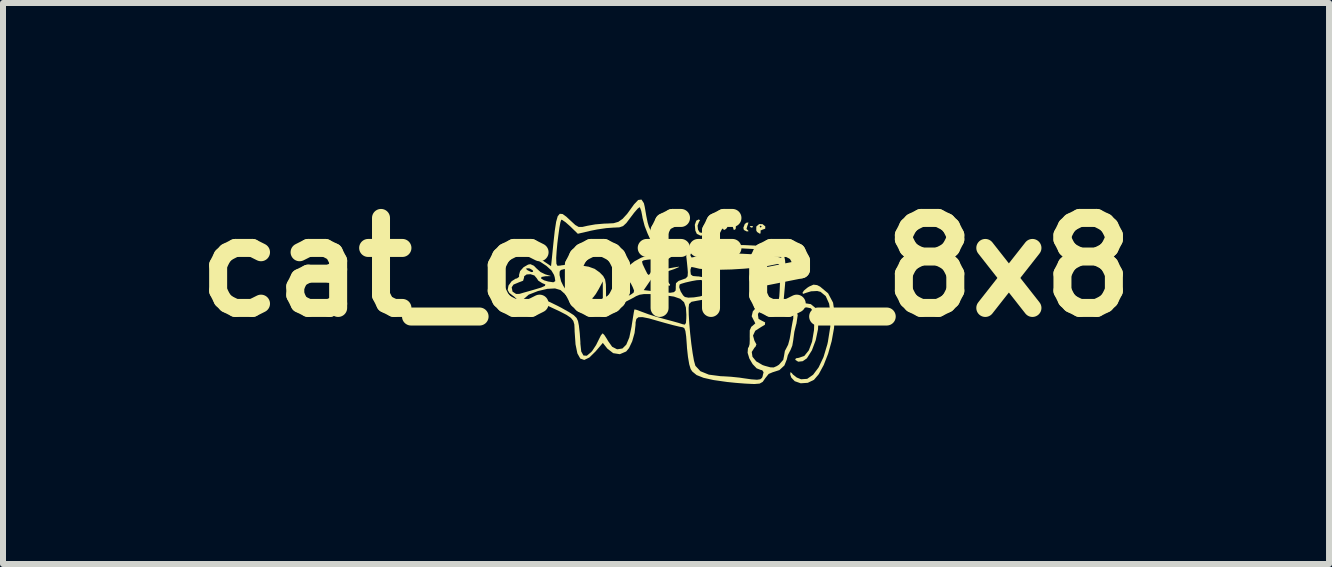
<source format=kicad_pcb>
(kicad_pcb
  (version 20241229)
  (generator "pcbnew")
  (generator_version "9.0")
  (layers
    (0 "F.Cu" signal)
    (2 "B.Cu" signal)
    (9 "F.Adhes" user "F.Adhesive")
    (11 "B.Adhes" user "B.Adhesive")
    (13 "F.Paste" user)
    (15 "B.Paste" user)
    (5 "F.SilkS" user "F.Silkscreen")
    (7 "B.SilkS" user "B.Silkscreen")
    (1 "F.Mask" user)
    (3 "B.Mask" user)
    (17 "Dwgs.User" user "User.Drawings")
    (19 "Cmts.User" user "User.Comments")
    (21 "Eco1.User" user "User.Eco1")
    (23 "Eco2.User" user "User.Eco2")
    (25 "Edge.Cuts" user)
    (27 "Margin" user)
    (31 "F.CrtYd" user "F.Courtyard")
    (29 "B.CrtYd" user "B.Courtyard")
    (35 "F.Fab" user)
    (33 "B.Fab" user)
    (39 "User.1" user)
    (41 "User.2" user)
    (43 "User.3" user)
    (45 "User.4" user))
  (footprint "cat_coffe_8x8"
    (layer "F.Cu")
    (at 8.05 1.404)
    (property "Reference" "cat_coffe_8x8" (at 0 0 0) (layer "F.SilkS") (effects (font (size 1.5 1.5) (thickness 0.3))))
    (attr board_only exclude_from_pos_files exclude_from_bom)
    (fp_poly (pts (xy 1.447 -0.684) (xy 1.442 -0.664) (xy 1.424 -0.661) (xy 1.396 -0.674) (xy 1.402 -0.684) (xy 1.442 -0.688)) (stroke (width 0) (type solid)) (fill yes) (layer "F.SilkS"))
    (fp_poly (pts (xy 1.228 -0.786) (xy 1.24 -0.771) (xy 1.209 -0.766) (xy 1.163 -0.745) (xy 1.163 -0.718) (xy 1.163 -0.649) (xy 1.154 -0.63) (xy 1.13 -0.621) (xy 1.111 -0.678) (xy 1.117 -0.76) (xy 1.166 -0.796)) (stroke (width 0) (type solid)) (fill yes) (layer "F.SilkS"))
    (fp_poly (pts (xy 1.363 -0.708) (xy 1.358 -0.697) (xy 1.341 -0.639) (xy 1.365 -0.616) (xy 1.377 -0.601) (xy 1.348 -0.596) (xy 1.298 -0.621) (xy 1.289 -0.658) (xy 1.313 -0.721) (xy 1.34 -0.742) (xy 1.374 -0.746)) (stroke (width 0) (type solid)) (fill yes) (layer "F.SilkS"))
    (fp_poly (pts (xy 1.041 -0.823) (xy 1.023 -0.787) (xy 1.015 -0.777) (xy 0.99 -0.724) (xy 1.007 -0.701) (xy 1.022 -0.666) (xy 1 -0.638) (xy 0.964 -0.62) (xy 0.941 -0.66) (xy 0.935 -0.681) (xy 0.928 -0.777) (xy 0.969 -0.825) (xy 1.007 -0.831)) (stroke (width 0) (type solid)) (fill yes) (layer "F.SilkS"))
    (fp_poly (pts (xy 0.567 -0.783) (xy 0.548 -0.753) (xy 0.526 -0.694) (xy 0.533 -0.627) (xy 0.562 -0.58) (xy 0.598 -0.574) (xy 0.639 -0.572) (xy 0.644 -0.558) (xy 0.616 -0.532) (xy 0.577 -0.526) (xy 0.514 -0.556) (xy 0.489 -0.61) (xy 0.48 -0.707) (xy 0.504 -0.776) (xy 0.546 -0.797)) (stroke (width 0) (type solid)) (fill yes) (layer "F.SilkS"))
    (fp_poly (pts (xy 1.609 -0.718) (xy 1.655 -0.681) (xy 1.653 -0.642) (xy 1.609 -0.627) (xy 1.574 -0.611) (xy 1.577 -0.593) (xy 1.574 -0.562) (xy 1.561 -0.56) (xy 1.518 -0.587) (xy 1.504 -0.613) (xy 1.505 -0.678) (xy 1.56 -0.678) (xy 1.577 -0.661) (xy 1.594 -0.678) (xy 1.577 -0.695) (xy 1.56 -0.678) (xy 1.505 -0.678) (xy 1.506 -0.68) (xy 1.553 -0.72)) (stroke (width 0) (type solid)) (fill yes) (layer "F.SilkS"))
    (fp_poly (pts (xy 0.821 -0.697) (xy 0.848 -0.633) (xy 0.848 -0.628) (xy 0.823 -0.576) (xy 0.768 -0.559) (xy 0.712 -0.58) (xy 0.69 -0.613) (xy 0.69 -0.629) (xy 0.727 -0.629) (xy 0.736 -0.615) (xy 0.785 -0.595) (xy 0.813 -0.631) (xy 0.814 -0.644) (xy 0.797 -0.689) (xy 0.782 -0.695) (xy 0.738 -0.673) (xy 0.727 -0.629) (xy 0.69 -0.629) (xy 0.691 -0.678) (xy 0.705 -0.702) (xy 0.765 -0.724)) (stroke (width 0) (type solid)) (fill yes) (layer "F.SilkS"))
    (fp_poly (pts (xy 2.413 0.615) (xy 2.488 0.676) (xy 2.514 0.722) (xy 2.541 0.862) (xy 2.533 1.034) (xy 2.495 1.216) (xy 2.432 1.384) (xy 2.349 1.516) (xy 2.348 1.518) (xy 2.278 1.566) (xy 2.203 1.574) (xy 2.153 1.543) (xy 2.165 1.518) (xy 2.216 1.509) (xy 2.306 1.477) (xy 2.38 1.385) (xy 2.434 1.241) (xy 2.466 1.051) (xy 2.468 1.013) (xy 2.472 0.849) (xy 2.455 0.741) (xy 2.414 0.684) (xy 2.344 0.669) (xy 2.291 0.676) (xy 2.224 0.687) (xy 2.213 0.676) (xy 2.244 0.641) (xy 2.324 0.601)) (stroke (width 0) (type solid)) (fill yes) (layer "F.SilkS"))
    (fp_poly (pts (xy 2.519 0.298) (xy 2.568 0.323) (xy 2.701 0.434) (xy 2.784 0.59) (xy 2.814 0.789) (xy 2.814 0.81) (xy 2.8 1.015) (xy 2.761 1.231) (xy 2.702 1.441) (xy 2.628 1.63) (xy 2.546 1.782) (xy 2.466 1.876) (xy 2.363 1.926) (xy 2.245 1.934) (xy 2.145 1.899) (xy 2.088 1.839) (xy 2.07 1.787) (xy 2.074 1.748) (xy 2.097 1.764) (xy 2.114 1.787) (xy 2.179 1.838) (xy 2.251 1.867) (xy 2.353 1.86) (xy 2.452 1.791) (xy 2.544 1.668) (xy 2.625 1.497) (xy 2.689 1.284) (xy 2.698 1.243) (xy 2.738 0.992) (xy 2.744 0.778) (xy 2.718 0.606) (xy 2.662 0.481) (xy 2.576 0.41) (xy 2.52 0.396) (xy 2.418 0.401) (xy 2.338 0.425) (xy 2.285 0.444) (xy 2.274 0.427) (xy 2.298 0.389) (xy 2.353 0.343) (xy 2.385 0.322) (xy 2.458 0.29)) (stroke (width 0) (type solid)) (fill yes) (layer "F.SilkS"))
    (fp_poly (pts (xy -0.369 -1.068) (xy -0.355 -1.009) (xy -0.328 -0.852) (xy -0.306 -0.745) (xy -0.285 -0.675) (xy -0.26 -0.623) (xy -0.252 -0.611) (xy -0.222 -0.543) (xy -0.19 -0.433) (xy -0.164 -0.318) (xy -0.122 -0.093) (xy 0.01 -0.176) (xy 0.092 -0.222) (xy 0.148 -0.243) (xy 0.16 -0.242) (xy 0.143 -0.217) (xy 0.081 -0.168) (xy 0.004 -0.118) (xy -0.107 -0.042) (xy -0.161 0.012) (xy -0.156 0.041) (xy -0.093 0.044) (xy -0.059 0.039) (xy 0.055 0.017) (xy 0.153 -0.000029) (xy 0.214 -0.009) (xy 0.218 -0.004) (xy 0.162 0.02) (xy 0.136 0.031) (xy 0.035 0.065) (xy -0.052 0.082) (xy -0.059 0.082) (xy -0.123 0.098) (xy -0.126 0.134) (xy -0.07 0.183) (xy -0.034 0.203) (xy 0.035 0.249) (xy 0.067 0.288) (xy 0.068 0.291) (xy 0.059 0.31) (xy 0.027 0.301) (xy -0.042 0.259) (xy -0.112 0.211) (xy -0.178 0.17) (xy -0.215 0.156) (xy -0.216 0.157) (xy -0.24 0.191) (xy -0.286 0.257) (xy -0.298 0.275) (xy -0.371 0.381) (xy -0.194 0.402) (xy -0.033 0.42) (xy 0.073 0.425) (xy 0.133 0.415) (xy 0.16 0.388) (xy 0.163 0.343) (xy 0.162 0.333) (xy 0.22 0.333) (xy 0.244 0.403) (xy 0.285 0.469) (xy 0.315 0.496) (xy 0.372 0.507) (xy 0.466 0.502) (xy 0.568 0.486) (xy 0.649 0.461) (xy 0.67 0.449) (xy 0.707 0.402) (xy 0.699 0.341) (xy 0.661 0.275) (xy 0.625 0.23) (xy 0.583 0.212) (xy 0.512 0.216) (xy 0.432 0.23) (xy 0.326 0.254) (xy 0.249 0.277) (xy 0.226 0.289) (xy 0.22 0.333) (xy 0.162 0.333) (xy 0.162 0.333) (xy 0.166 0.266) (xy 0.209 0.228) (xy 0.263 0.209) (xy 0.33 0.185) (xy 0.36 0.151) (xy 0.364 0.085) (xy 0.359 0.02) (xy 0.349 -0.08) (xy 0.341 -0.153) (xy 0.338 -0.17) (xy 0.339 -0.196) (xy 0.407 -0.196) (xy 0.426 -0.162) (xy 0.466 -0.17) (xy 0.535 -0.192) (xy 0.638 -0.216) (xy 0.678 -0.224) (xy 0.767 -0.232) (xy 0.907 -0.234) (xy 1.081 -0.232) (xy 1.271 -0.225) (xy 1.462 -0.215) (xy 1.635 -0.202) (xy 1.775 -0.187) (xy 1.865 -0.171) (xy 1.865 -0.171) (xy 1.922 -0.158) (xy 1.92 -0.17) (xy 1.888 -0.198) (xy 1.796 -0.243) (xy 1.648 -0.279) (xy 1.456 -0.304) (xy 1.231 -0.316) (xy 0.985 -0.315) (xy 0.933 -0.313) (xy 0.729 -0.302) (xy 0.585 -0.289) (xy 0.489 -0.273) (xy 0.434 -0.25) (xy 0.41 -0.22) (xy 0.407 -0.196) (xy 0.339 -0.196) (xy 0.339 -0.236) (xy 0.378 -0.287) (xy 0.459 -0.325) (xy 0.588 -0.35) (xy 0.773 -0.365) (xy 1.017 -0.371) (xy 1.085 -0.372) (xy 1.314 -0.369) (xy 1.49 -0.361) (xy 1.627 -0.346) (xy 1.739 -0.322) (xy 1.769 -0.313) (xy 1.877 -0.277) (xy 1.937 -0.244) (xy 1.967 -0.196) (xy 1.984 -0.119) (xy 1.984 -0.116) (xy 1.993 -0.014) (xy 1.993 0.127) (xy 1.985 0.277) (xy 1.984 0.288) (xy 1.96 0.554) (xy 2.065 0.608) (xy 2.159 0.687) (xy 2.195 0.798) (xy 2.173 0.943) (xy 2.169 0.953) (xy 2.139 1.076) (xy 2.122 1.201) (xy 2.122 1.206) (xy 2.105 1.306) (xy 2.074 1.383) (xy 2.069 1.39) (xy 2.03 1.466) (xy 2.013 1.537) (xy 1.973 1.637) (xy 1.89 1.714) (xy 1.788 1.747) (xy 1.785 1.747) (xy 1.711 1.778) (xy 1.655 1.848) (xy 1.612 1.91) (xy 1.561 1.939) (xy 1.477 1.946) (xy 1.434 1.945) (xy 1.316 1.939) (xy 1.164 1.927) (xy 1.017 1.912) (xy 0.792 1.88) (xy 0.626 1.843) (xy 0.51 1.797) (xy 0.438 1.738) (xy 0.411 1.697) (xy 0.387 1.618) (xy 0.366 1.495) (xy 0.35 1.349) (xy 0.347 1.3) (xy 0.336 1.153) (xy 0.323 1.062) (xy 0.305 1.015) (xy 0.279 1) (xy 0.275 1) (xy 0.221 0.99) (xy 0.118 0.965) (xy -0.016 0.929) (xy -0.118 0.9) (xy -0.282 0.853) (xy -0.392 0.831) (xy -0.459 0.833) (xy -0.494 0.861) (xy -0.507 0.918) (xy -0.508 0.96) (xy -0.524 1.096) (xy -0.563 1.234) (xy -0.617 1.348) (xy -0.664 1.404) (xy -0.77 1.449) (xy -0.88 1.432) (xy -0.979 1.355) (xy -0.985 1.347) (xy -1.053 1.261) (xy -1.173 1.402) (xy -1.277 1.504) (xy -1.362 1.545) (xy -1.429 1.522) (xy -1.477 1.436) (xy -1.508 1.285) (xy -1.523 1.07) (xy -1.524 1.029) (xy -1.528 0.953) (xy -1.545 0.894) (xy -1.585 0.844) (xy -1.658 0.794) (xy -1.774 0.734) (xy -1.926 0.663) (xy -2.106 0.58) (xy -2.182 0.675) (xy -2.254 0.742) (xy -2.335 0.759) (xy -2.358 0.758) (xy -2.428 0.741) (xy -2.456 0.697) (xy -2.461 0.634) (xy -2.461 0.632) (xy -2.408 0.632) (xy -2.391 0.698) (xy -2.344 0.707) (xy -2.274 0.659) (xy -2.247 0.63) (xy -2.172 0.564) (xy -2.101 0.529) (xy -2.087 0.527) (xy -2.027 0.543) (xy -1.926 0.585) (xy -1.802 0.646) (xy -1.746 0.675) (xy -1.618 0.747) (xy -1.537 0.799) (xy -1.491 0.845) (xy -1.467 0.896) (xy -1.453 0.967) (xy -1.452 0.971) (xy -1.437 1.106) (xy -1.427 1.249) (xy -1.427 1.275) (xy -1.413 1.404) (xy -1.376 1.471) (xy -1.32 1.475) (xy -1.247 1.414) (xy -1.228 1.392) (xy -1.165 1.296) (xy -1.12 1.205) (xy -1.085 1.135) (xy -1.057 1.102) (xy -1.056 1.102) (xy -1.028 1.129) (xy -0.984 1.197) (xy -0.966 1.229) (xy -0.898 1.325) (xy -0.821 1.365) (xy -0.808 1.367) (xy -0.726 1.354) (xy -0.662 1.29) (xy -0.612 1.171) (xy -0.574 0.989) (xy -0.57 0.96) (xy -0.551 0.839) (xy -0.536 0.748) (xy -0.527 0.705) (xy -0.526 0.703) (xy -0.494 0.709) (xy -0.421 0.736) (xy -0.389 0.748) (xy -0.289 0.785) (xy -0.153 0.828) (xy -0.02 0.865) (xy 0.107 0.899) (xy 0.214 0.929) (xy 0.278 0.95) (xy 0.28 0.95) (xy 0.314 0.956) (xy 0.332 0.928) (xy 0.338 0.854) (xy 0.339 0.791) (xy 0.332 0.677) (xy 0.377 0.677) (xy 0.379 0.791) (xy 0.388 0.94) (xy 0.403 1.108) (xy 0.422 1.277) (xy 0.444 1.433) (xy 0.466 1.558) (xy 0.488 1.637) (xy 0.491 1.644) (xy 0.574 1.733) (xy 0.714 1.79) (xy 0.913 1.816) (xy 0.95 1.817) (xy 1.082 1.825) (xy 1.228 1.84) (xy 1.272 1.847) (xy 1.42 1.868) (xy 1.516 1.875) (xy 1.571 1.867) (xy 1.599 1.844) (xy 1.607 1.828) (xy 1.626 1.749) (xy 1.602 1.715) (xy 1.583 1.713) (xy 1.511 1.685) (xy 1.443 1.614) (xy 1.389 1.521) (xy 1.36 1.425) (xy 1.361 1.412) (xy 1.429 1.412) (xy 1.441 1.492) (xy 1.504 1.569) (xy 1.611 1.631) (xy 1.65 1.644) (xy 1.739 1.668) (xy 1.795 1.67) (xy 1.847 1.647) (xy 1.883 1.624) (xy 1.954 1.543) (xy 1.967 1.478) (xy 1.981 1.395) (xy 2.007 1.346) (xy 2.035 1.291) (xy 2.061 1.195) (xy 2.073 1.128) (xy 2.092 1.005) (xy 2.112 0.895) (xy 2.121 0.855) (xy 2.121 0.749) (xy 2.063 0.674) (xy 1.951 0.634) (xy 1.868 0.628) (xy 1.709 0.645) (xy 1.596 0.694) (xy 1.537 0.769) (xy 1.532 0.792) (xy 1.542 0.86) (xy 1.591 0.888) (xy 1.652 0.919) (xy 1.648 0.959) (xy 1.58 0.999) (xy 1.579 1) (xy 1.487 1.059) (xy 1.45 1.139) (xy 1.474 1.225) (xy 1.476 1.229) (xy 1.507 1.286) (xy 1.491 1.325) (xy 1.475 1.34) (xy 1.429 1.412) (xy 1.361 1.412) (xy 1.366 1.348) (xy 1.38 1.327) (xy 1.393 1.281) (xy 1.396 1.195) (xy 1.395 1.155) (xy 1.396 1.051) (xy 1.421 0.993) (xy 1.447 0.972) (xy 1.488 0.936) (xy 1.469 0.896) (xy 1.467 0.894) (xy 1.428 0.817) (xy 1.447 0.735) (xy 1.514 0.659) (xy 1.621 0.6) (xy 1.722 0.574) (xy 1.814 0.555) (xy 1.872 0.535) (xy 1.881 0.528) (xy 1.888 0.486) (xy 1.894 0.394) (xy 1.899 0.268) (xy 1.901 0.219) (xy 1.902 0.076) (xy 1.896 -0.01) (xy 1.882 -0.05) (xy 1.861 -0.055) (xy 1.705 -0.023) (xy 1.515 0.004) (xy 1.305 0.024) (xy 1.09 0.037) (xy 0.884 0.042) (xy 0.701 0.038) (xy 0.557 0.025) (xy 0.466 0.003) (xy 0.423 -0.005) (xy 0.408 0.037) (xy 0.407 0.064) (xy 0.414 0.121) (xy 0.448 0.146) (xy 0.527 0.153) (xy 0.541 0.153) (xy 0.655 0.172) (xy 0.721 0.234) (xy 0.745 0.347) (xy 0.746 0.376) (xy 0.717 0.475) (xy 0.635 0.538) (xy 0.516 0.558) (xy 0.424 0.576) (xy 0.384 0.613) (xy 0.377 0.677) (xy 0.332 0.677) (xy 0.331 0.669) (xy 0.301 0.583) (xy 0.238 0.526) (xy 0.132 0.489) (xy -0.027 0.466) (xy -0.116 0.458) (xy -0.266 0.447) (xy -0.368 0.447) (xy -0.439 0.458) (xy -0.499 0.482) (xy -0.543 0.508) (xy -0.715 0.597) (xy -0.893 0.646) (xy -1.103 0.661) (xy -1.116 0.661) (xy -1.342 0.637) (xy -1.529 0.572) (xy -1.559 0.549) (xy -1.255 0.549) (xy -1.23 0.581) (xy -1.153 0.593) (xy -1.094 0.59) (xy -1.064 0.569) (xy -1.053 0.512) (xy -1.053 0.415) (xy -1.054 0.237) (xy -1.12 0.362) (xy -1.17 0.446) (xy -1.212 0.501) (xy -1.221 0.508) (xy -1.255 0.549) (xy -1.559 0.549) (xy -1.668 0.466) (xy -1.687 0.444) (xy -1.758 0.38) (xy -1.85 0.353) (xy -1.977 0.36) (xy -2.133 0.396) (xy -2.288 0.457) (xy -2.379 0.536) (xy -2.408 0.632) (xy -2.461 0.632) (xy -2.478 0.54) (xy -2.537 0.484) (xy -2.545 0.48) (xy -2.611 0.428) (xy -2.639 0.378) (xy -2.631 0.335) (xy -2.572 0.335) (xy -2.558 0.406) (xy -2.499 0.445) (xy -2.442 0.444) (xy -2.382 0.426) (xy -2.283 0.398) (xy -2.209 0.377) (xy -2.082 0.339) (xy -2.018 0.31) (xy -2.011 0.287) (xy -2.057 0.267) (xy -2.061 0.266) (xy -2.128 0.224) (xy -2.155 0.183) (xy -2.194 0.137) (xy -2.258 0.116) (xy -2.323 0.12) (xy -2.364 0.15) (xy -2.367 0.177) (xy -2.382 0.225) (xy -2.456 0.253) (xy -2.458 0.254) (xy -2.542 0.289) (xy -2.572 0.335) (xy -2.631 0.335) (xy -2.625 0.305) (xy -2.573 0.233) (xy -2.505 0.19) (xy -2.485 0.187) (xy -2.449 0.16) (xy -2.449 0.127) (xy -2.432 0.064) (xy -2.395 0.023) (xy -2.337 0.023) (xy -2.313 0.046) (xy -2.306 0.051) (xy -2.244 0.081) (xy -2.214 0.076) (xy -2.221 0.051) (xy -2.27 0.021) (xy -2.3 0.017) (xy -2.337 0.023) (xy -2.395 0.023) (xy -2.374 -0.000421) (xy -2.299 -0.044) (xy -2.26 -0.051) (xy -2.202 -0.025) (xy -2.159 0.019) (xy -2.091 0.08) (xy -2.013 0.118) (xy -1.916 0.147) (xy -2.011 0.15) (xy -2.076 0.162) (xy -2.082 0.188) (xy -2.032 0.218) (xy -1.964 0.238) (xy -1.878 0.251) (xy -1.845 0.231) (xy -1.855 0.166) (xy -1.867 0.127) (xy -1.868 0.125) (xy -1.774 0.125) (xy -1.774 0.131) (xy -1.749 0.234) (xy -1.711 0.312) (xy -1.655 0.397) (xy -1.586 0.283) (xy -1.524 0.197) (xy -1.462 0.132) (xy -1.454 0.125) (xy -1.397 0.073) (xy -1.405 0.039) (xy -1.477 0.023) (xy -1.585 0.024) (xy -1.695 0.031) (xy -1.752 0.045) (xy -1.773 0.073) (xy -1.774 0.125) (xy -1.868 0.125) (xy -1.91 0.054) (xy -1.992 -0.022) (xy -2.125 -0.11) (xy -2.137 -0.117) (xy -2.25 -0.186) (xy -2.339 -0.246) (xy -2.389 -0.286) (xy -2.393 -0.292) (xy -2.386 -0.304) (xy -2.331 -0.282) (xy -2.239 -0.23) (xy -2.118 -0.154) (xy -2.069 -0.121) (xy -1.916 -0.018) (xy -1.903 -0.14) (xy -1.83 -0.14) (xy -1.827 -0.057) (xy -1.809 -0.024) (xy -1.76 -0.028) (xy -1.741 -0.032) (xy -1.659 -0.041) (xy -1.539 -0.04) (xy -1.431 -0.032) (xy -1.289 -0.009) (xy -1.189 0.027) (xy -1.106 0.086) (xy -1.106 0.086) (xy -1.047 0.146) (xy -1.015 0.205) (xy -1.002 0.288) (xy -1 0.389) (xy -0.999 0.503) (xy -0.99 0.563) (xy -0.968 0.583) (xy -0.933 0.579) (xy -0.844 0.563) (xy -0.804 0.56) (xy -0.764 0.548) (xy -0.756 0.502) (xy -0.764 0.446) (xy -0.765 0.365) (xy -0.712 0.365) (xy -0.703 0.456) (xy -0.669 0.488) (xy -0.602 0.465) (xy -0.579 0.451) (xy -0.54 0.423) (xy -0.532 0.39) (xy -0.555 0.331) (xy -0.582 0.277) (xy -0.635 0.197) (xy -0.675 0.182) (xy -0.701 0.233) (xy -0.711 0.348) (xy -0.712 0.365) (xy -0.765 0.365) (xy -0.766 0.285) (xy -0.719 0.123) (xy -0.634 -0.011) (xy -0.619 -0.025) (xy -0.528 -0.096) (xy -0.4 -0.096) (xy -0.389 -0.051) (xy -0.349 0.034) (xy -0.311 0.109) (xy -0.287 0.13) (xy -0.263 0.102) (xy -0.249 0.077) (xy -0.215 -0.011) (xy -0.205 -0.07) (xy -0.215 -0.119) (xy -0.26 -0.131) (xy -0.305 -0.126) (xy -0.373 -0.115) (xy -0.4 -0.096) (xy -0.528 -0.096) (xy -0.523 -0.1) (xy -0.412 -0.16) (xy -0.31 -0.194) (xy -0.241 -0.195) (xy -0.215 -0.209) (xy -0.212 -0.271) (xy -0.231 -0.365) (xy -0.268 -0.476) (xy -0.309 -0.566) (xy -0.356 -0.687) (xy -0.391 -0.821) (xy -0.395 -0.848) (xy -0.413 -0.939) (xy -0.433 -0.993) (xy -0.442 -1) (xy -0.474 -0.975) (xy -0.531 -0.909) (xy -0.59 -0.831) (xy -0.661 -0.737) (xy -0.716 -0.686) (xy -0.777 -0.665) (xy -0.865 -0.661) (xy -0.873 -0.661) (xy -0.996 -0.652) (xy -1.146 -0.63) (xy -1.252 -0.609) (xy -1.47 -0.558) (xy -1.599 -0.684) (xy -1.674 -0.75) (xy -1.729 -0.788) (xy -1.746 -0.792) (xy -1.76 -0.75) (xy -1.777 -0.658) (xy -1.794 -0.535) (xy -1.811 -0.399) (xy -1.823 -0.268) (xy -1.83 -0.16) (xy -1.83 -0.14) (xy -1.903 -0.14) (xy -1.877 -0.399) (xy -1.854 -0.609) (xy -1.831 -0.758) (xy -1.805 -0.85) (xy -1.771 -0.891) (xy -1.724 -0.887) (xy -1.662 -0.843) (xy -1.589 -0.775) (xy -1.512 -0.704) (xy -1.456 -0.672) (xy -1.393 -0.672) (xy -1.31 -0.691) (xy -1.181 -0.714) (xy -1.033 -0.727) (xy -0.972 -0.729) (xy -0.873 -0.734) (xy -0.794 -0.757) (xy -0.723 -0.807) (xy -0.645 -0.893) (xy -0.548 -1.027) (xy -0.533 -1.048) (xy -0.464 -1.121) (xy -0.409 -1.128)) (stroke (width 0) (type solid)) (fill yes) (layer "F.SilkS")))
  (gr_rect
    (start -3 -3)
    (end 19.1 6.35)
    (stroke (width 0.1) (type default))
    (fill no)
    (layer "Edge.Cuts")))
</source>
